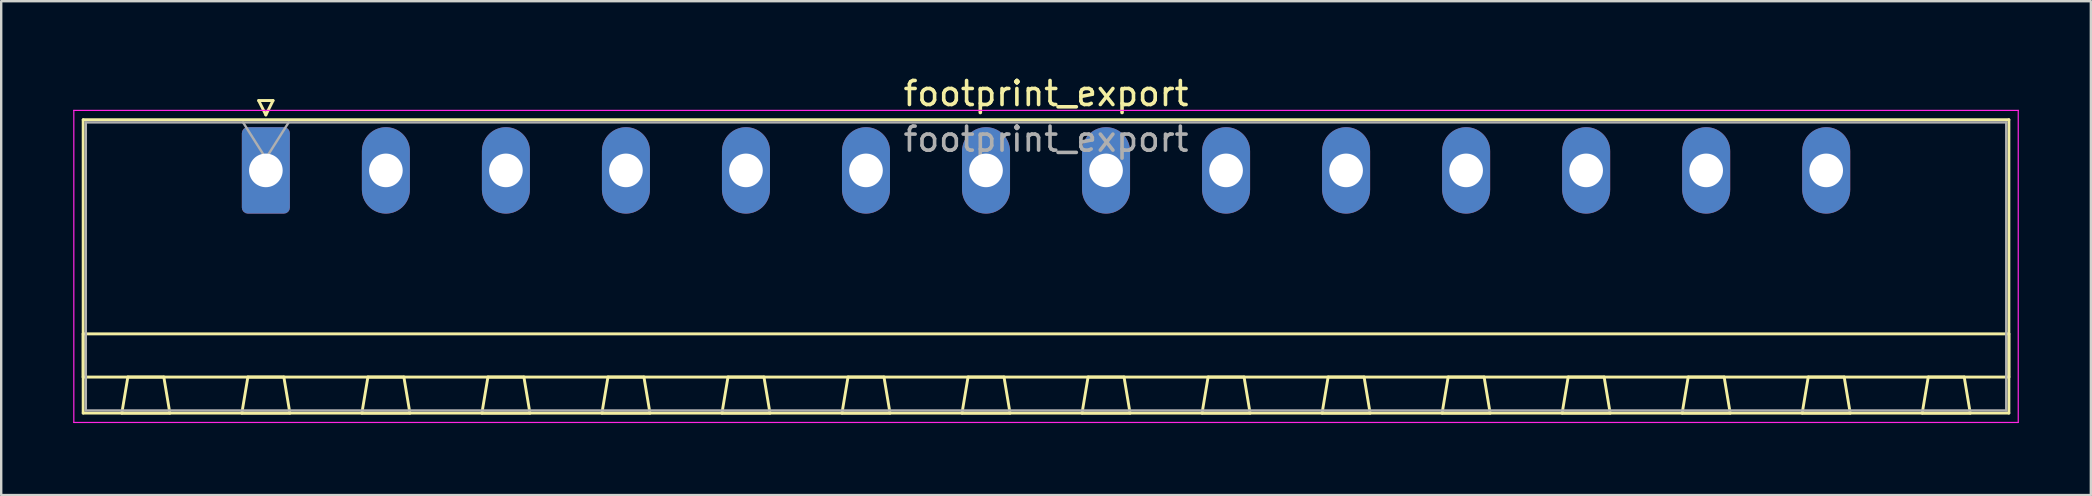
<source format=kicad_pcb>
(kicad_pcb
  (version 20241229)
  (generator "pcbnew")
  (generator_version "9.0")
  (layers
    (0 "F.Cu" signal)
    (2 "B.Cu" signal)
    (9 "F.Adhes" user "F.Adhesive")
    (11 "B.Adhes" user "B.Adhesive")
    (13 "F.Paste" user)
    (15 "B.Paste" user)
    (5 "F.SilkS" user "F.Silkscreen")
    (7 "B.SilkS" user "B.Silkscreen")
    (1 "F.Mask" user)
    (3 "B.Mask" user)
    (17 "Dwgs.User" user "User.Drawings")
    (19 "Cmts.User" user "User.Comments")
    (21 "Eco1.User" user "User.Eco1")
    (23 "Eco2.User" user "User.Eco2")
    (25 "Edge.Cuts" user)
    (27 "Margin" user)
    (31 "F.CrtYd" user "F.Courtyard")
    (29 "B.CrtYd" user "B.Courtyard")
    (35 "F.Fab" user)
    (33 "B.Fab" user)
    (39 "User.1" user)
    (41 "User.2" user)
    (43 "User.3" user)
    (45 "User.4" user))
  (footprint "footprint_export"
    (layer "F.Cu")
    (at 8.025 4.048)
    (property "Reference" "footprint_export" (at 32.5 -3.2 0) (layer "F.SilkS") (effects (font (size 1 1) (thickness 0.15))))
    (attr through_hole)
    (fp_line (start -7.61 -2.11) (end -7.61 10.11) (stroke (width 0.12) (type solid)) (layer "F.SilkS"))
    (fp_line (start -7.61 6.81) (end 72.61 6.81) (stroke (width 0.12) (type solid)) (layer "F.SilkS"))
    (fp_line (start -7.61 8.61) (end -7.61 6.81) (stroke (width 0.12) (type solid)) (layer "F.SilkS"))
    (fp_line (start -7.61 10.11) (end 72.61 10.11) (stroke (width 0.12) (type solid)) (layer "F.SilkS"))
    (fp_line (start -6 10.11) (end -4 10.11) (stroke (width 0.12) (type solid)) (layer "F.SilkS"))
    (fp_line (start -5.75 8.61) (end -6 10.11) (stroke (width 0.12) (type solid)) (layer "F.SilkS"))
    (fp_line (start -4.25 8.61) (end -5.75 8.61) (stroke (width 0.12) (type solid)) (layer "F.SilkS"))
    (fp_line (start -4 10.11) (end -4.25 8.61) (stroke (width 0.12) (type solid)) (layer "F.SilkS"))
    (fp_line (start -1 10.11) (end 1 10.11) (stroke (width 0.12) (type solid)) (layer "F.SilkS"))
    (fp_line (start -0.75 8.61) (end -1 10.11) (stroke (width 0.12) (type solid)) (layer "F.SilkS"))
    (fp_line (start -0.3 -2.91) (end 0.3 -2.91) (stroke (width 0.12) (type solid)) (layer "F.SilkS"))
    (fp_line (start 0 -2.31) (end -0.3 -2.91) (stroke (width 0.12) (type solid)) (layer "F.SilkS"))
    (fp_line (start 0.3 -2.91) (end 0 -2.31) (stroke (width 0.12) (type solid)) (layer "F.SilkS"))
    (fp_line (start 0.75 8.61) (end -0.75 8.61) (stroke (width 0.12) (type solid)) (layer "F.SilkS"))
    (fp_line (start 1 10.11) (end 0.75 8.61) (stroke (width 0.12) (type solid)) (layer "F.SilkS"))
    (fp_line (start 4 10.11) (end 6 10.11) (stroke (width 0.12) (type solid)) (layer "F.SilkS"))
    (fp_line (start 4.25 8.61) (end 4 10.11) (stroke (width 0.12) (type solid)) (layer "F.SilkS"))
    (fp_line (start 5.75 8.61) (end 4.25 8.61) (stroke (width 0.12) (type solid)) (layer "F.SilkS"))
    (fp_line (start 6 10.11) (end 5.75 8.61) (stroke (width 0.12) (type solid)) (layer "F.SilkS"))
    (fp_line (start 9 10.11) (end 11 10.11) (stroke (width 0.12) (type solid)) (layer "F.SilkS"))
    (fp_line (start 9.25 8.61) (end 9 10.11) (stroke (width 0.12) (type solid)) (layer "F.SilkS"))
    (fp_line (start 10.75 8.61) (end 9.25 8.61) (stroke (width 0.12) (type solid)) (layer "F.SilkS"))
    (fp_line (start 11 10.11) (end 10.75 8.61) (stroke (width 0.12) (type solid)) (layer "F.SilkS"))
    (fp_line (start 14 10.11) (end 16 10.11) (stroke (width 0.12) (type solid)) (layer "F.SilkS"))
    (fp_line (start 14.25 8.61) (end 14 10.11) (stroke (width 0.12) (type solid)) (layer "F.SilkS"))
    (fp_line (start 15.75 8.61) (end 14.25 8.61) (stroke (width 0.12) (type solid)) (layer "F.SilkS"))
    (fp_line (start 16 10.11) (end 15.75 8.61) (stroke (width 0.12) (type solid)) (layer "F.SilkS"))
    (fp_line (start 19 10.11) (end 21 10.11) (stroke (width 0.12) (type solid)) (layer "F.SilkS"))
    (fp_line (start 19.25 8.61) (end 19 10.11) (stroke (width 0.12) (type solid)) (layer "F.SilkS"))
    (fp_line (start 20.75 8.61) (end 19.25 8.61) (stroke (width 0.12) (type solid)) (layer "F.SilkS"))
    (fp_line (start 21 10.11) (end 20.75 8.61) (stroke (width 0.12) (type solid)) (layer "F.SilkS"))
    (fp_line (start 24 10.11) (end 26 10.11) (stroke (width 0.12) (type solid)) (layer "F.SilkS"))
    (fp_line (start 24.25 8.61) (end 24 10.11) (stroke (width 0.12) (type solid)) (layer "F.SilkS"))
    (fp_line (start 25.75 8.61) (end 24.25 8.61) (stroke (width 0.12) (type solid)) (layer "F.SilkS"))
    (fp_line (start 26 10.11) (end 25.75 8.61) (stroke (width 0.12) (type solid)) (layer "F.SilkS"))
    (fp_line (start 29 10.11) (end 31 10.11) (stroke (width 0.12) (type solid)) (layer "F.SilkS"))
    (fp_line (start 29.25 8.61) (end 29 10.11) (stroke (width 0.12) (type solid)) (layer "F.SilkS"))
    (fp_line (start 30.75 8.61) (end 29.25 8.61) (stroke (width 0.12) (type solid)) (layer "F.SilkS"))
    (fp_line (start 31 10.11) (end 30.75 8.61) (stroke (width 0.12) (type solid)) (layer "F.SilkS"))
    (fp_line (start 34 10.11) (end 36 10.11) (stroke (width 0.12) (type solid)) (layer "F.SilkS"))
    (fp_line (start 34.25 8.61) (end 34 10.11) (stroke (width 0.12) (type solid)) (layer "F.SilkS"))
    (fp_line (start 35.75 8.61) (end 34.25 8.61) (stroke (width 0.12) (type solid)) (layer "F.SilkS"))
    (fp_line (start 36 10.11) (end 35.75 8.61) (stroke (width 0.12) (type solid)) (layer "F.SilkS"))
    (fp_line (start 39 10.11) (end 41 10.11) (stroke (width 0.12) (type solid)) (layer "F.SilkS"))
    (fp_line (start 39.25 8.61) (end 39 10.11) (stroke (width 0.12) (type solid)) (layer "F.SilkS"))
    (fp_line (start 40.75 8.61) (end 39.25 8.61) (stroke (width 0.12) (type solid)) (layer "F.SilkS"))
    (fp_line (start 41 10.11) (end 40.75 8.61) (stroke (width 0.12) (type solid)) (layer "F.SilkS"))
    (fp_line (start 44 10.11) (end 46 10.11) (stroke (width 0.12) (type solid)) (layer "F.SilkS"))
    (fp_line (start 44.25 8.61) (end 44 10.11) (stroke (width 0.12) (type solid)) (layer "F.SilkS"))
    (fp_line (start 45.75 8.61) (end 44.25 8.61) (stroke (width 0.12) (type solid)) (layer "F.SilkS"))
    (fp_line (start 46 10.11) (end 45.75 8.61) (stroke (width 0.12) (type solid)) (layer "F.SilkS"))
    (fp_line (start 49 10.11) (end 51 10.11) (stroke (width 0.12) (type solid)) (layer "F.SilkS"))
    (fp_line (start 49.25 8.61) (end 49 10.11) (stroke (width 0.12) (type solid)) (layer "F.SilkS"))
    (fp_line (start 50.75 8.61) (end 49.25 8.61) (stroke (width 0.12) (type solid)) (layer "F.SilkS"))
    (fp_line (start 51 10.11) (end 50.75 8.61) (stroke (width 0.12) (type solid)) (layer "F.SilkS"))
    (fp_line (start 54 10.11) (end 56 10.11) (stroke (width 0.12) (type solid)) (layer "F.SilkS"))
    (fp_line (start 54.25 8.61) (end 54 10.11) (stroke (width 0.12) (type solid)) (layer "F.SilkS"))
    (fp_line (start 55.75 8.61) (end 54.25 8.61) (stroke (width 0.12) (type solid)) (layer "F.SilkS"))
    (fp_line (start 56 10.11) (end 55.75 8.61) (stroke (width 0.12) (type solid)) (layer "F.SilkS"))
    (fp_line (start 59 10.11) (end 61 10.11) (stroke (width 0.12) (type solid)) (layer "F.SilkS"))
    (fp_line (start 59.25 8.61) (end 59 10.11) (stroke (width 0.12) (type solid)) (layer "F.SilkS"))
    (fp_line (start 60.75 8.61) (end 59.25 8.61) (stroke (width 0.12) (type solid)) (layer "F.SilkS"))
    (fp_line (start 61 10.11) (end 60.75 8.61) (stroke (width 0.12) (type solid)) (layer "F.SilkS"))
    (fp_line (start 64 10.11) (end 66 10.11) (stroke (width 0.12) (type solid)) (layer "F.SilkS"))
    (fp_line (start 64.25 8.61) (end 64 10.11) (stroke (width 0.12) (type solid)) (layer "F.SilkS"))
    (fp_line (start 65.75 8.61) (end 64.25 8.61) (stroke (width 0.12) (type solid)) (layer "F.SilkS"))
    (fp_line (start 66 10.11) (end 65.75 8.61) (stroke (width 0.12) (type solid)) (layer "F.SilkS"))
    (fp_line (start 69 10.11) (end 71 10.11) (stroke (width 0.12) (type solid)) (layer "F.SilkS"))
    (fp_line (start 69.25 8.61) (end 69 10.11) (stroke (width 0.12) (type solid)) (layer "F.SilkS"))
    (fp_line (start 70.75 8.61) (end 69.25 8.61) (stroke (width 0.12) (type solid)) (layer "F.SilkS"))
    (fp_line (start 71 10.11) (end 70.75 8.61) (stroke (width 0.12) (type solid)) (layer "F.SilkS"))
    (fp_line (start 72.61 -2.11) (end -7.61 -2.11) (stroke (width 0.12) (type solid)) (layer "F.SilkS"))
    (fp_line (start 72.61 6.81) (end 72.61 8.61) (stroke (width 0.12) (type solid)) (layer "F.SilkS"))
    (fp_line (start 72.61 8.61) (end -7.61 8.61) (stroke (width 0.12) (type solid)) (layer "F.SilkS"))
    (fp_line (start 72.61 10.11) (end 72.61 -2.11) (stroke (width 0.12) (type solid)) (layer "F.SilkS"))
    (fp_line (start -8 -2.5) (end -8 10.5) (stroke (width 0.05) (type solid)) (layer "F.CrtYd"))
    (fp_line (start -8 10.5) (end 73 10.5) (stroke (width 0.05) (type solid)) (layer "F.CrtYd"))
    (fp_line (start 73 -2.5) (end -8 -2.5) (stroke (width 0.05) (type solid)) (layer "F.CrtYd"))
    (fp_line (start 73 10.5) (end 73 -2.5) (stroke (width 0.05) (type solid)) (layer "F.CrtYd"))
    (fp_line (start -7.5 -2) (end -7.5 10) (stroke (width 0.1) (type solid)) (layer "F.Fab"))
    (fp_line (start -7.5 10) (end 72.5 10) (stroke (width 0.1) (type solid)) (layer "F.Fab"))
    (fp_line (start 0 -0.5) (end -0.95 -2) (stroke (width 0.1) (type solid)) (layer "F.Fab"))
    (fp_line (start 0.95 -2) (end 0 -0.5) (stroke (width 0.1) (type solid)) (layer "F.Fab"))
    (fp_line (start 72.5 -2) (end -7.5 -2) (stroke (width 0.1) (type solid)) (layer "F.Fab"))
    (fp_line (start 72.5 10) (end 72.5 -2) (stroke (width 0.1) (type solid)) (layer "F.Fab"))
    (fp_text user "${REFERENCE}" (at 32.5 -1.3 0) (layer "F.Fab") (effects (font (size 1 1) (thickness 0.15))))
    (pad "1" thru_hole roundrect (at 0 0) (size 2 3.6) (drill 1.4) (layers "*.Cu" "*.Mask") (roundrect_rratio 0.125))
    (pad "2" thru_hole oval (at 5 0) (size 2 3.6) (drill 1.4) (layers "*.Cu" "*.Mask"))
    (pad "3" thru_hole oval (at 10 0) (size 2 3.6) (drill 1.4) (layers "*.Cu" "*.Mask"))
    (pad "4" thru_hole oval (at 15 0) (size 2 3.6) (drill 1.4) (layers "*.Cu" "*.Mask"))
    (pad "5" thru_hole oval (at 20 0) (size 2 3.6) (drill 1.4) (layers "*.Cu" "*.Mask"))
    (pad "6" thru_hole oval (at 25 0) (size 2 3.6) (drill 1.4) (layers "*.Cu" "*.Mask"))
    (pad "7" thru_hole oval (at 30 0) (size 2 3.6) (drill 1.4) (layers "*.Cu" "*.Mask"))
    (pad "8" thru_hole oval (at 35 0) (size 2 3.6) (drill 1.4) (layers "*.Cu" "*.Mask"))
    (pad "9" thru_hole oval (at 40 0) (size 2 3.6) (drill 1.4) (layers "*.Cu" "*.Mask"))
    (pad "10" thru_hole oval (at 45 0) (size 2 3.6) (drill 1.4) (layers "*.Cu" "*.Mask"))
    (pad "11" thru_hole oval (at 50 0) (size 2 3.6) (drill 1.4) (layers "*.Cu" "*.Mask"))
    (pad "12" thru_hole oval (at 55 0) (size 2 3.6) (drill 1.4) (layers "*.Cu" "*.Mask"))
    (pad "13" thru_hole oval (at 60 0) (size 2 3.6) (drill 1.4) (layers "*.Cu" "*.Mask"))
    (pad "14" thru_hole oval (at 65 0) (size 2 3.6) (drill 1.4) (layers "*.Cu" "*.Mask")))
  (gr_rect
    (start -3 -3)
    (end 84.05 17.573)
    (stroke (width 0.1) (type default))
    (fill no)
    (layer "Edge.Cuts")))
</source>
